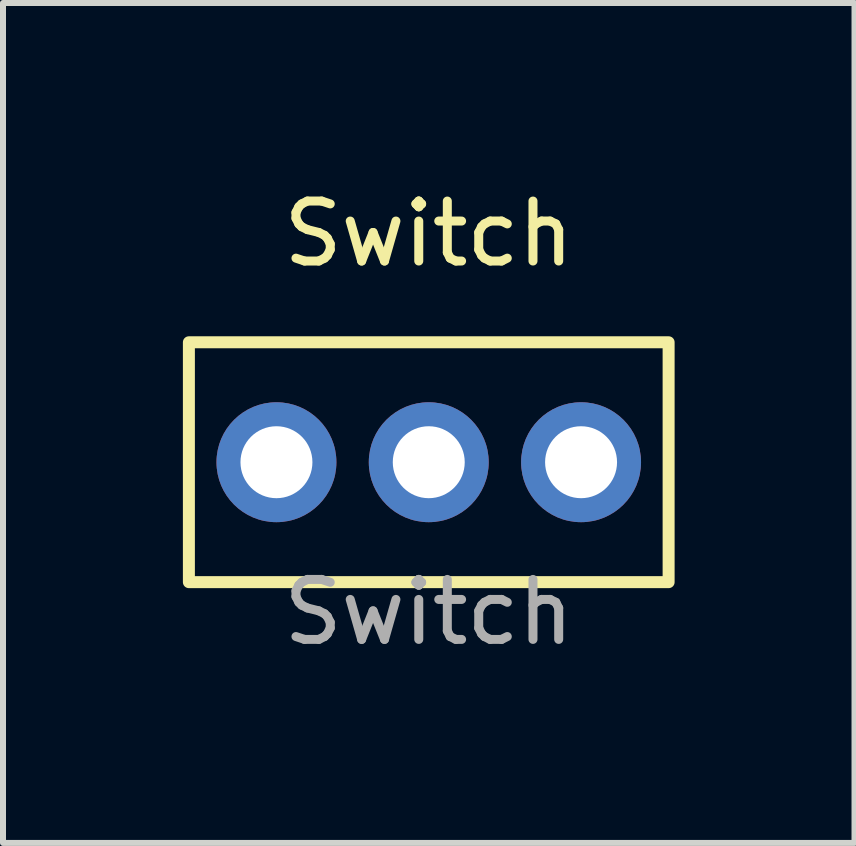
<source format=kicad_pcb>
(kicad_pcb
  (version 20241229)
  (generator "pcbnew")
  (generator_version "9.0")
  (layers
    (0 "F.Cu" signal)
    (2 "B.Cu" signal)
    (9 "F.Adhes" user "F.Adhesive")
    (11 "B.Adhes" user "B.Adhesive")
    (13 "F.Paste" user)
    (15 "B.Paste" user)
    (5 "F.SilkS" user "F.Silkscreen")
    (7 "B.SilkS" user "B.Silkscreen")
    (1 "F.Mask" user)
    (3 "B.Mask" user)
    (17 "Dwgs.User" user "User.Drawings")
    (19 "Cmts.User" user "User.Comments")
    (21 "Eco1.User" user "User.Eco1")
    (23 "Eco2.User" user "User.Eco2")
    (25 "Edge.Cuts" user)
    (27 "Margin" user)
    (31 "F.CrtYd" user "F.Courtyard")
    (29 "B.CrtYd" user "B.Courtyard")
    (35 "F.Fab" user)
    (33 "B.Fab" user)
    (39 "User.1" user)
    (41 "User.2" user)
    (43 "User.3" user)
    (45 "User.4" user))
  (footprint "Switch"
    (layer "F.Cu")
    (at 4.1 4.658)
    (property "Reference" "Switch" (at 0 -3.81 0) (unlocked yes) (layer "F.SilkS") (effects (font (size 1 1) (thickness 0.15))))
    (attr through_hole)
    (fp_rect (start -4 -2) (end 4 2) (stroke (width 0.2) (type default)) (fill no) (layer "F.SilkS"))
    (fp_text user "${REFERENCE}" (at 0 2.5 0) (unlocked yes) (layer "F.Fab") (effects (font (size 1 1) (thickness 0.15))))
    (pad "1" thru_hole circle (at -2.54 0) (size 2 2) (drill 1.2) (layers "*.Cu" "*.Mask"))
    (pad "2" thru_hole circle (at 0 0) (size 2 2) (drill 1.2) (layers "*.Cu" "*.Mask"))
    (pad "3" thru_hole circle (at 2.54 0) (size 2 2) (drill 1.2) (layers "*.Cu" "*.Mask")))
  (gr_rect
    (start -3 -3)
    (end 11.2 11.007)
    (stroke (width 0.1) (type default))
    (fill no)
    (layer "Edge.Cuts")))
</source>
